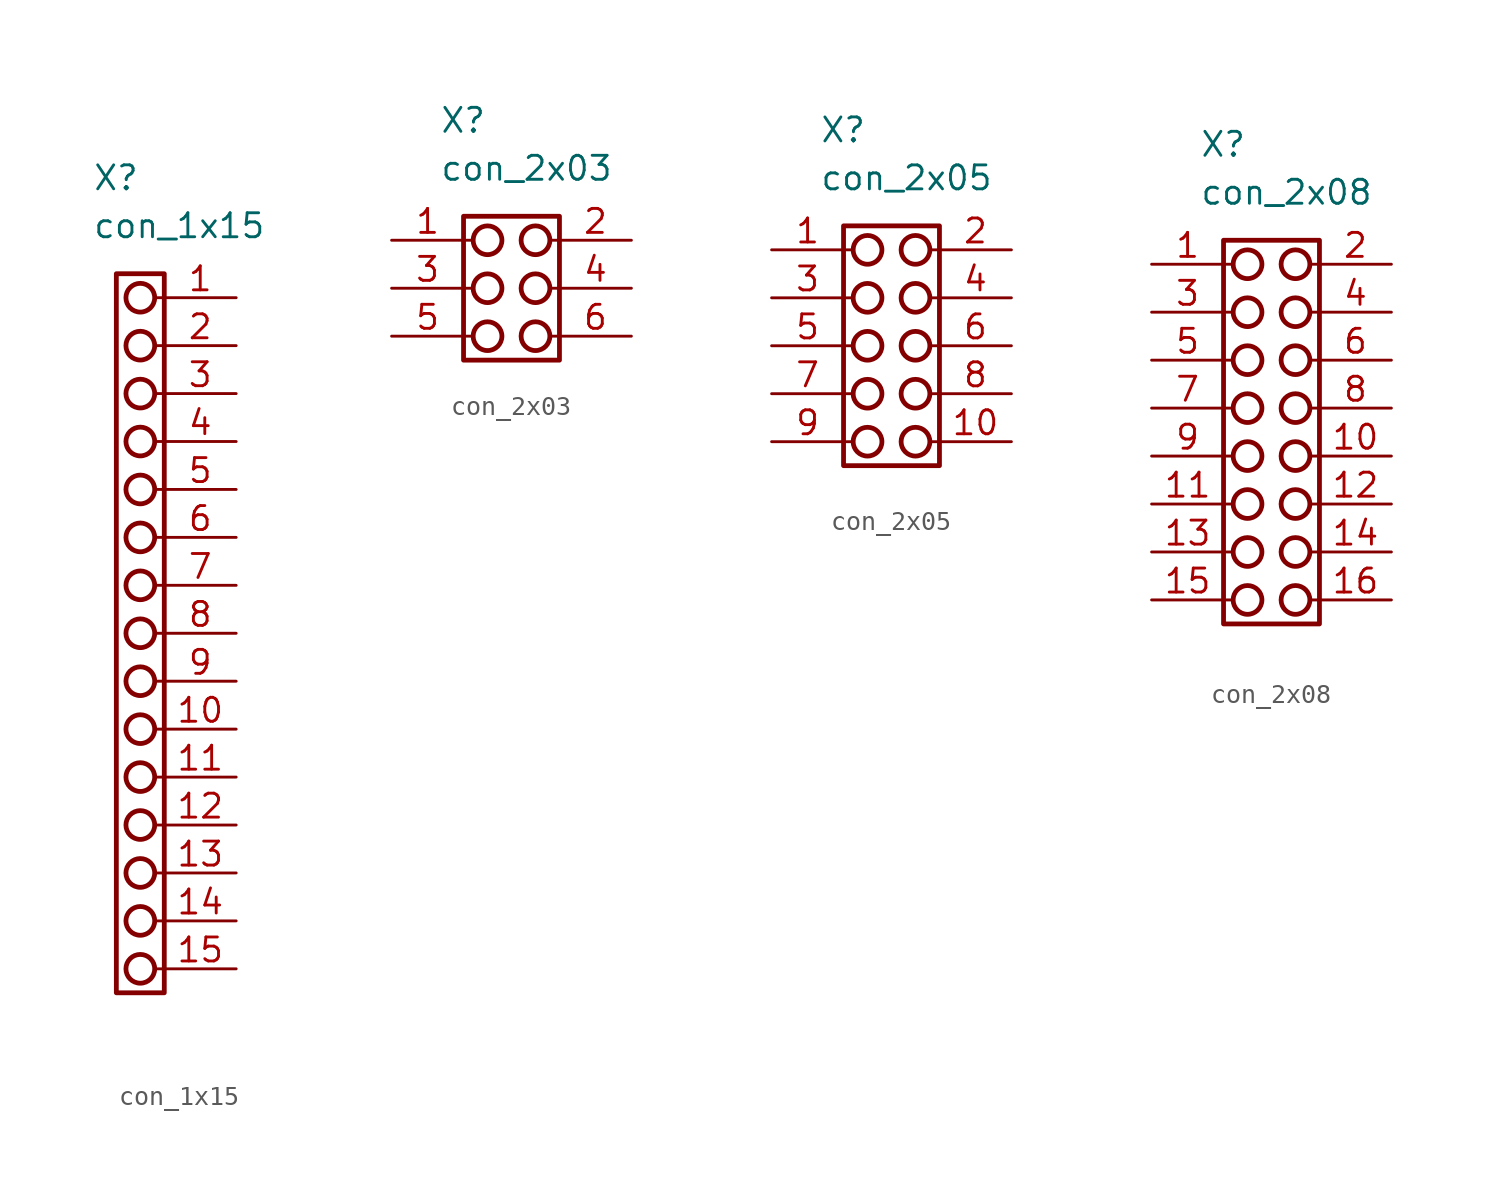
<source format=kicad_sym>
(kicad_symbol_lib
  (version 20241209)
  (generator "kicad_symbol_editor")
  (generator_version "9.0")
  (symbol "con_1x15"
    (pin_names
      (offset 1.016)
      (hide yes))
    (property "Reference" "X"
      (at -7.62 6.35 0)
      (effects (font (size 1.27 1.27)) (justify left)))
    (property "Value" "con_1x15"
      (at -7.62 3.81 0)
      (effects (font (size 1.27 1.27)) (justify left)))
    (symbol "con_1x15_0_1"
      (circle (center -5.08 0) (radius 0.762) (stroke (width 0.254) (type default)) (fill (type none)))
      (circle (center -5.08 -2.54) (radius 0.762) (stroke (width 0.254) (type default)) (fill (type none)))
      (circle (center -5.08 -5.08) (radius 0.762) (stroke (width 0.254) (type default)) (fill (type none)))
      (polyline (pts (xy -3.81 0) (xy -4.318 0)) (stroke (width 0) (type default)) (fill (type none)))
      (polyline (pts (xy -3.81 -2.54) (xy -4.318 -2.54)) (stroke (width 0) (type default)) (fill (type none)))
      (polyline (pts (xy -3.81 -5.08) (xy -4.318 -5.08)) (stroke (width 0) (type default)) (fill (type none))))
    (symbol "con_1x15_1_1"
      (rectangle (start -6.35 1.27) (end -3.81 -36.83) (stroke (width 0.254) (type default)) (fill (type none)))
      (circle (center -5.08 -7.62) (radius 0.762) (stroke (width 0.254) (type default)) (fill (type none)))
      (circle (center -5.08 -10.16) (radius 0.762) (stroke (width 0.254) (type default)) (fill (type none)))
      (circle (center -5.08 -12.7) (radius 0.762) (stroke (width 0.254) (type default)) (fill (type none)))
      (circle (center -5.08 -15.24) (radius 0.762) (stroke (width 0.254) (type default)) (fill (type none)))
      (circle (center -5.08 -17.78) (radius 0.762) (stroke (width 0.254) (type default)) (fill (type none)))
      (circle (center -5.08 -20.32) (radius 0.762) (stroke (width 0.254) (type default)) (fill (type none)))
      (circle (center -5.08 -22.86) (radius 0.762) (stroke (width 0.254) (type default)) (fill (type none)))
      (circle (center -5.08 -25.4) (radius 0.762) (stroke (width 0.254) (type default)) (fill (type none)))
      (circle (center -5.08 -27.94) (radius 0.762) (stroke (width 0.254) (type default)) (fill (type none)))
      (circle (center -5.08 -30.48) (radius 0.762) (stroke (width 0.254) (type default)) (fill (type none)))
      (circle (center -5.08 -33.02) (radius 0.762) (stroke (width 0.254) (type default)) (fill (type none)))
      (circle (center -5.08 -35.56) (radius 0.762) (stroke (width 0.254) (type default)) (fill (type none)))
      (polyline (pts (xy -3.81 -7.62) (xy -4.318 -7.62)) (stroke (width 0) (type default)) (fill (type none)))
      (polyline (pts (xy -3.81 -10.16) (xy -4.318 -10.16)) (stroke (width 0) (type default)) (fill (type none)))
      (polyline (pts (xy -3.81 -12.7) (xy -4.318 -12.7)) (stroke (width 0) (type default)) (fill (type none)))
      (polyline (pts (xy -3.81 -15.24) (xy -4.318 -15.24)) (stroke (width 0) (type default)) (fill (type none)))
      (polyline (pts (xy -3.81 -17.78) (xy -4.318 -17.78)) (stroke (width 0) (type default)) (fill (type none)))
      (polyline (pts (xy -3.81 -20.32) (xy -4.318 -20.32)) (stroke (width 0) (type default)) (fill (type none)))
      (polyline (pts (xy -3.81 -22.86) (xy -4.318 -22.86)) (stroke (width 0) (type default)) (fill (type none)))
      (polyline (pts (xy -3.81 -25.4) (xy -4.318 -25.4)) (stroke (width 0) (type default)) (fill (type none)))
      (polyline (pts (xy -3.81 -27.94) (xy -4.318 -27.94)) (stroke (width 0) (type default)) (fill (type none)))
      (polyline (pts (xy -3.81 -30.48) (xy -4.318 -30.48)) (stroke (width 0) (type default)) (fill (type none)))
      (polyline (pts (xy -3.81 -33.02) (xy -4.318 -33.02)) (stroke (width 0) (type default)) (fill (type none)))
      (polyline (pts (xy -3.81 -35.56) (xy -4.318 -35.56)) (stroke (width 0) (type default)) (fill (type none)))
      (pin passive line (at 0 0 180) (length 3.81) (name "~" (effects (font (size 1.27 1.27)))) (number "1" (effects (font (size 1.27 1.27)))))
      (pin passive line (at 0 -2.54 180) (length 3.81) (name "~" (effects (font (size 1.27 1.27)))) (number "2" (effects (font (size 1.27 1.27)))))
      (pin passive line (at 0 -5.08 180) (length 3.81) (name "~" (effects (font (size 1.27 1.27)))) (number "3" (effects (font (size 1.27 1.27)))))
      (pin passive line (at 0 -7.62 180) (length 3.81) (name "~" (effects (font (size 1.27 1.27)))) (number "4" (effects (font (size 1.27 1.27)))))
      (pin passive line (at 0 -10.16 180) (length 3.81) (name "~" (effects (font (size 1.27 1.27)))) (number "5" (effects (font (size 1.27 1.27)))))
      (pin passive line (at 0 -12.7 180) (length 3.81) (name "~" (effects (font (size 1.27 1.27)))) (number "6" (effects (font (size 1.27 1.27)))))
      (pin passive line (at 0 -15.24 180) (length 3.81) (name "~" (effects (font (size 1.27 1.27)))) (number "7" (effects (font (size 1.27 1.27)))))
      (pin passive line (at 0 -17.78 180) (length 3.81) (name "~" (effects (font (size 1.27 1.27)))) (number "8" (effects (font (size 1.27 1.27)))))
      (pin passive line (at 0 -20.32 180) (length 3.81) (name "~" (effects (font (size 1.27 1.27)))) (number "9" (effects (font (size 1.27 1.27)))))
      (pin passive line (at 0 -22.86 180) (length 3.81) (name "~" (effects (font (size 1.27 1.27)))) (number "10" (effects (font (size 1.27 1.27)))))
      (pin passive line (at 0 -25.4 180) (length 3.81) (name "~" (effects (font (size 1.27 1.27)))) (number "11" (effects (font (size 1.27 1.27)))))
      (pin passive line (at 0 -27.94 180) (length 3.81) (name "~" (effects (font (size 1.27 1.27)))) (number "12" (effects (font (size 1.27 1.27)))))
      (pin passive line (at 0 -30.48 180) (length 3.81) (name "~" (effects (font (size 1.27 1.27)))) (number "13" (effects (font (size 1.27 1.27)))))
      (pin passive line (at 0 -33.02 180) (length 3.81) (name "~" (effects (font (size 1.27 1.27)))) (number "14" (effects (font (size 1.27 1.27)))))
      (pin passive line (at 0 -35.56 180) (length 3.81) (name "~" (effects (font (size 1.27 1.27)))) (number "15" (effects (font (size 1.27 1.27)))))))
  (symbol "con_2x03"
    (pin_names
      (offset 1.016)
      (hide yes))
    (property "Reference" "X"
      (at 2.54 6.35 0)
      (effects (font (size 1.27 1.27)) (justify left)))
    (property "Value" "con_2x03"
      (at 2.54 3.81 0)
      (effects (font (size 1.27 1.27)) (justify left)))
    (symbol "con_2x03_0_1"
      (rectangle (start 3.81 1.27) (end 8.89 -6.35) (stroke (width 0.254) (type default)) (fill (type none)))
      (polyline (pts (xy 3.81 0) (xy 4.064 0) (xy 4.318 0)) (stroke (width 0) (type default)) (fill (type none)))
      (polyline (pts (xy 3.81 -2.54) (xy 4.318 -2.54)) (stroke (width 0) (type default)) (fill (type none)))
      (polyline (pts (xy 3.81 -5.08) (xy 4.318 -5.08)) (stroke (width 0) (type default)) (fill (type none)))
      (circle (center 5.08 0) (radius 0.762) (stroke (width 0.254) (type default)) (fill (type none)))
      (circle (center 5.08 -2.54) (radius 0.762) (stroke (width 0.254) (type default)) (fill (type none)))
      (circle (center 5.08 -5.08) (radius 0.762) (stroke (width 0.254) (type default)) (fill (type none)))
      (circle (center 7.62 0) (radius 0.762) (stroke (width 0.254) (type default)) (fill (type none)))
      (circle (center 7.62 -2.54) (radius 0.762) (stroke (width 0.254) (type default)) (fill (type none)))
      (circle (center 7.62 -5.08) (radius 0.762) (stroke (width 0.254) (type default)) (fill (type none)))
      (polyline (pts (xy 8.89 0) (xy 8.382 0)) (stroke (width 0) (type default)) (fill (type none)))
      (polyline (pts (xy 8.89 -2.54) (xy 8.382 -2.54)) (stroke (width 0) (type default)) (fill (type none)))
      (polyline (pts (xy 8.89 -5.08) (xy 8.382 -5.08)) (stroke (width 0) (type default)) (fill (type none))))
    (symbol "con_2x03_1_1"
      (pin passive line (at 0 0 0) (length 3.81) (name "~" (effects (font (size 1.27 1.27)))) (number "1" (effects (font (size 1.27 1.27)))))
      (pin passive line (at 0 -2.54 0) (length 3.81) (name "~" (effects (font (size 1.27 1.27)))) (number "3" (effects (font (size 1.27 1.27)))))
      (pin passive line (at 0 -5.08 0) (length 3.81) (name "~" (effects (font (size 1.27 1.27)))) (number "5" (effects (font (size 1.27 1.27)))))
      (pin passive line (at 12.7 0 180) (length 3.81) (name "~" (effects (font (size 1.27 1.27)))) (number "2" (effects (font (size 1.27 1.27)))))
      (pin passive line (at 12.7 -2.54 180) (length 3.81) (name "~" (effects (font (size 1.27 1.27)))) (number "4" (effects (font (size 1.27 1.27)))))
      (pin passive line (at 12.7 -5.08 180) (length 3.81) (name "~" (effects (font (size 1.27 1.27)))) (number "6" (effects (font (size 1.27 1.27)))))))
  (symbol "con_2x05"
    (pin_names
      (offset 1.016)
      (hide yes))
    (property "Reference" "X"
      (at 2.54 6.35 0)
      (effects (font (size 1.27 1.27)) (justify left)))
    (property "Value" "con_2x05"
      (at 2.54 3.81 0)
      (effects (font (size 1.27 1.27)) (justify left)))
    (symbol "con_2x05_0_1"
      (rectangle (start 3.81 1.27) (end 8.89 -11.43) (stroke (width 0.254) (type default)) (fill (type none)))
      (polyline (pts (xy 3.81 0) (xy 4.064 0) (xy 4.318 0)) (stroke (width 0) (type default)) (fill (type none)))
      (polyline (pts (xy 3.81 -2.54) (xy 4.318 -2.54)) (stroke (width 0) (type default)) (fill (type none)))
      (polyline (pts (xy 3.81 -5.08) (xy 4.318 -5.08)) (stroke (width 0) (type default)) (fill (type none)))
      (polyline (pts (xy 3.81 -7.62) (xy 4.318 -7.62)) (stroke (width 0) (type default)) (fill (type none)))
      (polyline (pts (xy 3.81 -10.16) (xy 4.318 -10.16)) (stroke (width 0) (type default)) (fill (type none)))
      (circle (center 5.08 0) (radius 0.762) (stroke (width 0.254) (type default)) (fill (type none)))
      (circle (center 5.08 -2.54) (radius 0.762) (stroke (width 0.254) (type default)) (fill (type none)))
      (circle (center 5.08 -5.08) (radius 0.762) (stroke (width 0.254) (type default)) (fill (type none)))
      (circle (center 5.08 -7.62) (radius 0.762) (stroke (width 0.254) (type default)) (fill (type none)))
      (circle (center 5.08 -10.16) (radius 0.762) (stroke (width 0.254) (type default)) (fill (type none)))
      (circle (center 7.62 0) (radius 0.762) (stroke (width 0.254) (type default)) (fill (type none)))
      (circle (center 7.62 -2.54) (radius 0.762) (stroke (width 0.254) (type default)) (fill (type none)))
      (circle (center 7.62 -5.08) (radius 0.762) (stroke (width 0.254) (type default)) (fill (type none)))
      (circle (center 7.62 -7.62) (radius 0.762) (stroke (width 0.254) (type default)) (fill (type none)))
      (circle (center 7.62 -10.16) (radius 0.762) (stroke (width 0.254) (type default)) (fill (type none)))
      (polyline (pts (xy 8.89 0) (xy 8.382 0)) (stroke (width 0) (type default)) (fill (type none)))
      (polyline (pts (xy 8.89 -2.54) (xy 8.382 -2.54)) (stroke (width 0) (type default)) (fill (type none)))
      (polyline (pts (xy 8.89 -5.08) (xy 8.382 -5.08)) (stroke (width 0) (type default)) (fill (type none)))
      (polyline (pts (xy 8.89 -7.62) (xy 8.382 -7.62)) (stroke (width 0) (type default)) (fill (type none)))
      (polyline (pts (xy 8.89 -10.16) (xy 8.382 -10.16)) (stroke (width 0) (type default)) (fill (type none))))
    (symbol "con_2x05_1_1"
      (pin passive line (at 0 0 0) (length 3.81) (name "~" (effects (font (size 1.27 1.27)))) (number "1" (effects (font (size 1.27 1.27)))))
      (pin passive line (at 0 -2.54 0) (length 3.81) (name "~" (effects (font (size 1.27 1.27)))) (number "3" (effects (font (size 1.27 1.27)))))
      (pin passive line (at 0 -5.08 0) (length 3.81) (name "~" (effects (font (size 1.27 1.27)))) (number "5" (effects (font (size 1.27 1.27)))))
      (pin passive line (at 0 -7.62 0) (length 3.81) (name "~" (effects (font (size 1.27 1.27)))) (number "7" (effects (font (size 1.27 1.27)))))
      (pin passive line (at 0 -10.16 0) (length 3.81) (name "~" (effects (font (size 1.27 1.27)))) (number "9" (effects (font (size 1.27 1.27)))))
      (pin passive line (at 12.7 0 180) (length 3.81) (name "~" (effects (font (size 1.27 1.27)))) (number "2" (effects (font (size 1.27 1.27)))))
      (pin passive line (at 12.7 -2.54 180) (length 3.81) (name "~" (effects (font (size 1.27 1.27)))) (number "4" (effects (font (size 1.27 1.27)))))
      (pin passive line (at 12.7 -5.08 180) (length 3.81) (name "~" (effects (font (size 1.27 1.27)))) (number "6" (effects (font (size 1.27 1.27)))))
      (pin passive line (at 12.7 -7.62 180) (length 3.81) (name "~" (effects (font (size 1.27 1.27)))) (number "8" (effects (font (size 1.27 1.27)))))
      (pin passive line (at 12.7 -10.16 180) (length 3.81) (name "~" (effects (font (size 1.27 1.27)))) (number "10" (effects (font (size 1.27 1.27)))))))
  (symbol "con_2x08"
    (pin_names
      (offset 1.016)
      (hide yes))
    (property "Reference" "X"
      (at 2.54 6.35 0)
      (effects (font (size 1.27 1.27)) (justify left)))
    (property "Value" "con_2x08"
      (at 2.54 3.81 0)
      (effects (font (size 1.27 1.27)) (justify left)))
    (symbol "con_2x08_0_1"
      (rectangle (start 3.81 1.27) (end 8.89 -19.05) (stroke (width 0.254) (type default)) (fill (type none)))
      (polyline (pts (xy 3.81 0) (xy 4.064 0) (xy 4.318 0)) (stroke (width 0) (type default)) (fill (type none)))
      (polyline (pts (xy 3.81 -2.54) (xy 4.318 -2.54)) (stroke (width 0) (type default)) (fill (type none)))
      (polyline (pts (xy 3.81 -5.08) (xy 4.318 -5.08)) (stroke (width 0) (type default)) (fill (type none)))
      (polyline (pts (xy 3.81 -7.62) (xy 4.318 -7.62)) (stroke (width 0) (type default)) (fill (type none)))
      (polyline (pts (xy 3.81 -10.16) (xy 4.318 -10.16)) (stroke (width 0) (type default)) (fill (type none)))
      (polyline (pts (xy 3.81 -12.7) (xy 4.318 -12.7)) (stroke (width 0) (type default)) (fill (type none)))
      (polyline (pts (xy 3.81 -15.24) (xy 4.318 -15.24)) (stroke (width 0) (type default)) (fill (type none)))
      (polyline (pts (xy 3.81 -17.78) (xy 4.318 -17.78)) (stroke (width 0) (type default)) (fill (type none)))
      (circle (center 5.08 0) (radius 0.762) (stroke (width 0.254) (type default)) (fill (type none)))
      (circle (center 5.08 -2.54) (radius 0.762) (stroke (width 0.254) (type default)) (fill (type none)))
      (circle (center 5.08 -5.08) (radius 0.762) (stroke (width 0.254) (type default)) (fill (type none)))
      (circle (center 5.08 -7.62) (radius 0.762) (stroke (width 0.254) (type default)) (fill (type none)))
      (circle (center 5.08 -10.16) (radius 0.762) (stroke (width 0.254) (type default)) (fill (type none)))
      (circle (center 5.08 -12.7) (radius 0.762) (stroke (width 0.254) (type default)) (fill (type none)))
      (circle (center 5.08 -15.24) (radius 0.762) (stroke (width 0.254) (type default)) (fill (type none)))
      (circle (center 5.08 -17.78) (radius 0.762) (stroke (width 0.254) (type default)) (fill (type none)))
      (circle (center 7.62 0) (radius 0.762) (stroke (width 0.254) (type default)) (fill (type none)))
      (circle (center 7.62 -2.54) (radius 0.762) (stroke (width 0.254) (type default)) (fill (type none)))
      (circle (center 7.62 -5.08) (radius 0.762) (stroke (width 0.254) (type default)) (fill (type none)))
      (circle (center 7.62 -7.62) (radius 0.762) (stroke (width 0.254) (type default)) (fill (type none)))
      (circle (center 7.62 -10.16) (radius 0.762) (stroke (width 0.254) (type default)) (fill (type none)))
      (circle (center 7.62 -12.7) (radius 0.762) (stroke (width 0.254) (type default)) (fill (type none)))
      (circle (center 7.62 -15.24) (radius 0.762) (stroke (width 0.254) (type default)) (fill (type none)))
      (circle (center 7.62 -17.78) (radius 0.762) (stroke (width 0.254) (type default)) (fill (type none)))
      (polyline (pts (xy 8.89 0) (xy 8.382 0)) (stroke (width 0) (type default)) (fill (type none)))
      (polyline (pts (xy 8.89 -2.54) (xy 8.382 -2.54)) (stroke (width 0) (type default)) (fill (type none)))
      (polyline (pts (xy 8.89 -5.08) (xy 8.382 -5.08)) (stroke (width 0) (type default)) (fill (type none)))
      (polyline (pts (xy 8.89 -7.62) (xy 8.382 -7.62)) (stroke (width 0) (type default)) (fill (type none)))
      (polyline (pts (xy 8.89 -10.16) (xy 8.382 -10.16)) (stroke (width 0) (type default)) (fill (type none)))
      (polyline (pts (xy 8.89 -12.7) (xy 8.382 -12.7)) (stroke (width 0) (type default)) (fill (type none)))
      (polyline (pts (xy 8.89 -15.24) (xy 8.382 -15.24)) (stroke (width 0) (type default)) (fill (type none)))
      (polyline (pts (xy 8.89 -17.78) (xy 8.382 -17.78)) (stroke (width 0) (type default)) (fill (type none))))
    (symbol "con_2x08_1_1"
      (pin passive line (at 0 0 0) (length 3.81) (name "~" (effects (font (size 1.27 1.27)))) (number "1" (effects (font (size 1.27 1.27)))))
      (pin passive line (at 0 -2.54 0) (length 3.81) (name "~" (effects (font (size 1.27 1.27)))) (number "3" (effects (font (size 1.27 1.27)))))
      (pin passive line (at 0 -5.08 0) (length 3.81) (name "~" (effects (font (size 1.27 1.27)))) (number "5" (effects (font (size 1.27 1.27)))))
      (pin passive line (at 0 -7.62 0) (length 3.81) (name "~" (effects (font (size 1.27 1.27)))) (number "7" (effects (font (size 1.27 1.27)))))
      (pin passive line (at 0 -10.16 0) (length 3.81) (name "~" (effects (font (size 1.27 1.27)))) (number "9" (effects (font (size 1.27 1.27)))))
      (pin passive line (at 0 -12.7 0) (length 3.81) (name "~" (effects (font (size 1.27 1.27)))) (number "11" (effects (font (size 1.27 1.27)))))
      (pin passive line (at 0 -15.24 0) (length 3.81) (name "~" (effects (font (size 1.27 1.27)))) (number "13" (effects (font (size 1.27 1.27)))))
      (pin passive line (at 0 -17.78 0) (length 3.81) (name "~" (effects (font (size 1.27 1.27)))) (number "15" (effects (font (size 1.27 1.27)))))
      (pin passive line (at 12.7 0 180) (length 3.81) (name "~" (effects (font (size 1.27 1.27)))) (number "2" (effects (font (size 1.27 1.27)))))
      (pin passive line (at 12.7 -2.54 180) (length 3.81) (name "~" (effects (font (size 1.27 1.27)))) (number "4" (effects (font (size 1.27 1.27)))))
      (pin passive line (at 12.7 -5.08 180) (length 3.81) (name "~" (effects (font (size 1.27 1.27)))) (number "6" (effects (font (size 1.27 1.27)))))
      (pin passive line (at 12.7 -7.62 180) (length 3.81) (name "~" (effects (font (size 1.27 1.27)))) (number "8" (effects (font (size 1.27 1.27)))))
      (pin passive line (at 12.7 -10.16 180) (length 3.81) (name "~" (effects (font (size 1.27 1.27)))) (number "10" (effects (font (size 1.27 1.27)))))
      (pin passive line (at 12.7 -12.7 180) (length 3.81) (name "~" (effects (font (size 1.27 1.27)))) (number "12" (effects (font (size 1.27 1.27)))))
      (pin passive line (at 12.7 -15.24 180) (length 3.81) (name "~" (effects (font (size 1.27 1.27)))) (number "14" (effects (font (size 1.27 1.27)))))
      (pin passive line (at 12.7 -17.78 180) (length 3.81) (name "" (effects (font (size 1.27 1.27)))) (number "16" (effects (font (size 1.27 1.27))))))))
</source>
